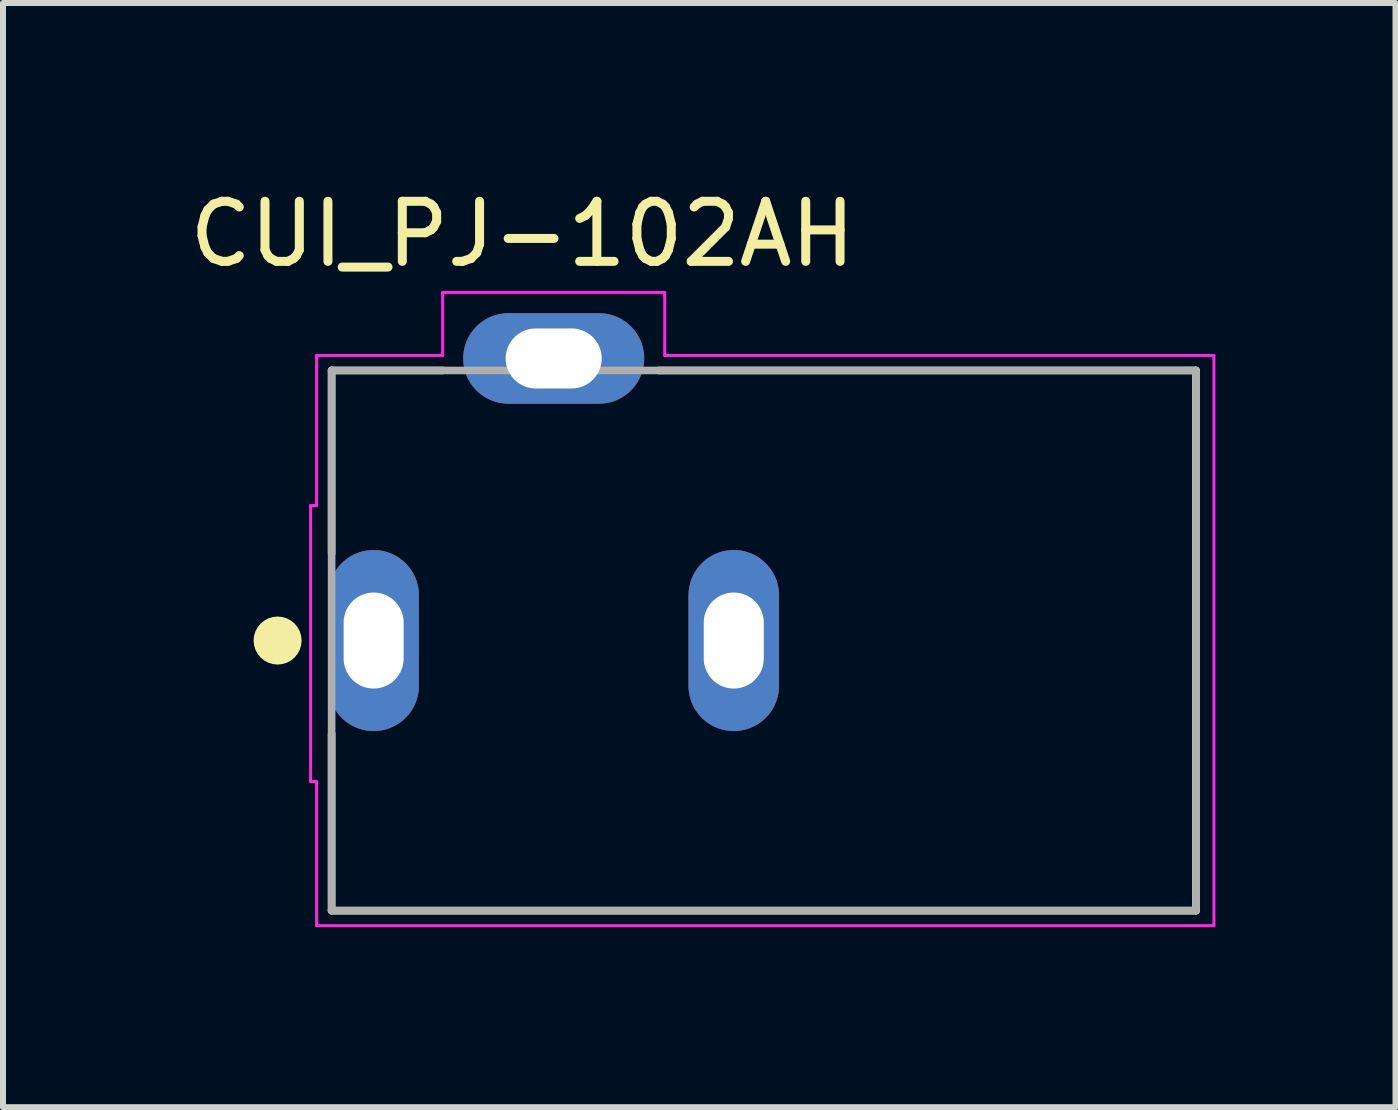
<source format=kicad_pcb>
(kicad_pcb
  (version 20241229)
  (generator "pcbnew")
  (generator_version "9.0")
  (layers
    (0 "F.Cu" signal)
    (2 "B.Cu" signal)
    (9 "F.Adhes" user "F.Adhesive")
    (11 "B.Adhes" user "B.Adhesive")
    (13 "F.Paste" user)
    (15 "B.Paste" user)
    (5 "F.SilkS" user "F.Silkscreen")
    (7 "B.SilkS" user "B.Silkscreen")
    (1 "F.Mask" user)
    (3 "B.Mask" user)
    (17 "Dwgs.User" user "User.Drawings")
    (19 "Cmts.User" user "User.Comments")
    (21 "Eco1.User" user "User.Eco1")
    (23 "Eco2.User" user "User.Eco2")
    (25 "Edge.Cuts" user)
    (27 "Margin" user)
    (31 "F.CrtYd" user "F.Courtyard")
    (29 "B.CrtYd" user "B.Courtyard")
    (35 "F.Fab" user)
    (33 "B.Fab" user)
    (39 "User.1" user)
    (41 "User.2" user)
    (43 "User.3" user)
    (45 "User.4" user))
  (footprint "CUI_PJ-102AH"
    (layer "F.Cu")
    (at 9.675 7.622)
    (property "Reference" "CUI_PJ-102AH" (at -4.02 -6.773 0) (layer "F.SilkS") (effects (font (size 1.001 1.001) (thickness 0.15))))
    (attr through_hole)
    (fp_line (start -7.2 -4.5) (end -5.35 -4.5) (stroke (width 0.127) (type solid)) (layer "F.SilkS"))
    (fp_line (start -7.2 -1.45) (end -7.2 -4.5) (stroke (width 0.127) (type solid)) (layer "F.SilkS"))
    (fp_line (start -7.2 4.5) (end -7.2 1.55) (stroke (width 0.127) (type solid)) (layer "F.SilkS"))
    (fp_line (start -1.75 -4.5) (end 7.2 -4.5) (stroke (width 0.127) (type solid)) (layer "F.SilkS"))
    (fp_line (start 7.2 -4.5) (end 7.2 4.5) (stroke (width 0.127) (type solid)) (layer "F.SilkS"))
    (fp_line (start 7.2 4.5) (end -7.2 4.5) (stroke (width 0.127) (type solid)) (layer "F.SilkS"))
    (fp_circle (center -8.1 0) (end -7.9 0) (stroke (width 0.4) (type solid)) (fill no) (layer "F.SilkS"))
    (fp_line (start -7.55 -2.25) (end -7.55 2.35) (stroke (width 0.05) (type solid)) (layer "F.CrtYd"))
    (fp_line (start -7.55 2.35) (end -7.45 2.35) (stroke (width 0.05) (type solid)) (layer "F.CrtYd"))
    (fp_line (start -7.45 -4.75) (end -5.35 -4.75) (stroke (width 0.05) (type solid)) (layer "F.CrtYd"))
    (fp_line (start -7.45 -2.25) (end -7.55 -2.25) (stroke (width 0.05) (type solid)) (layer "F.CrtYd"))
    (fp_line (start -7.45 -2.25) (end -7.45 -4.75) (stroke (width 0.05) (type solid)) (layer "F.CrtYd"))
    (fp_line (start -7.45 4.75) (end -7.45 2.35) (stroke (width 0.05) (type solid)) (layer "F.CrtYd"))
    (fp_line (start -5.35 -5.8) (end -1.65 -5.8) (stroke (width 0.05) (type solid)) (layer "F.CrtYd"))
    (fp_line (start -5.35 -4.75) (end -5.35 -5.8) (stroke (width 0.05) (type solid)) (layer "F.CrtYd"))
    (fp_line (start -1.65 -5.8) (end -1.65 -4.75) (stroke (width 0.05) (type solid)) (layer "F.CrtYd"))
    (fp_line (start -1.65 -4.75) (end 7.5 -4.75) (stroke (width 0.05) (type solid)) (layer "F.CrtYd"))
    (fp_line (start 7.5 -4.75) (end 7.5 4.75) (stroke (width 0.05) (type solid)) (layer "F.CrtYd"))
    (fp_line (start 7.5 4.75) (end -7.45 4.75) (stroke (width 0.05) (type solid)) (layer "F.CrtYd"))
    (fp_line (start -7.2 -4.5) (end 7.2 -4.5) (stroke (width 0.127) (type solid)) (layer "F.Fab"))
    (fp_line (start -7.2 4.5) (end -7.2 -4.5) (stroke (width 0.127) (type solid)) (layer "F.Fab"))
    (fp_line (start 7.2 -4.5) (end 7.2 4.5) (stroke (width 0.127) (type solid)) (layer "F.Fab"))
    (fp_line (start 7.2 4.5) (end -7.2 4.5) (stroke (width 0.127) (type solid)) (layer "F.Fab"))
    (pad "1" thru_hole oval (at -6.5 0) (size 1.508 3.016) (drill oval 1 1.6) (layers "*.Cu" "*.Mask"))
    (pad "2" thru_hole oval (at -0.5 0) (size 1.508 3.016) (drill oval 1 1.6) (layers "*.Cu" "*.Mask"))
    (pad "3" thru_hole oval (at -3.5 -4.7) (size 3.016 1.508) (drill oval 1.6 1) (layers "*.Cu" "*.Mask")))
  (gr_rect
    (start -3 -3)
    (end 20.2 15.397)
    (stroke (width 0.1) (type default))
    (fill no)
    (layer "Edge.Cuts")))
</source>
